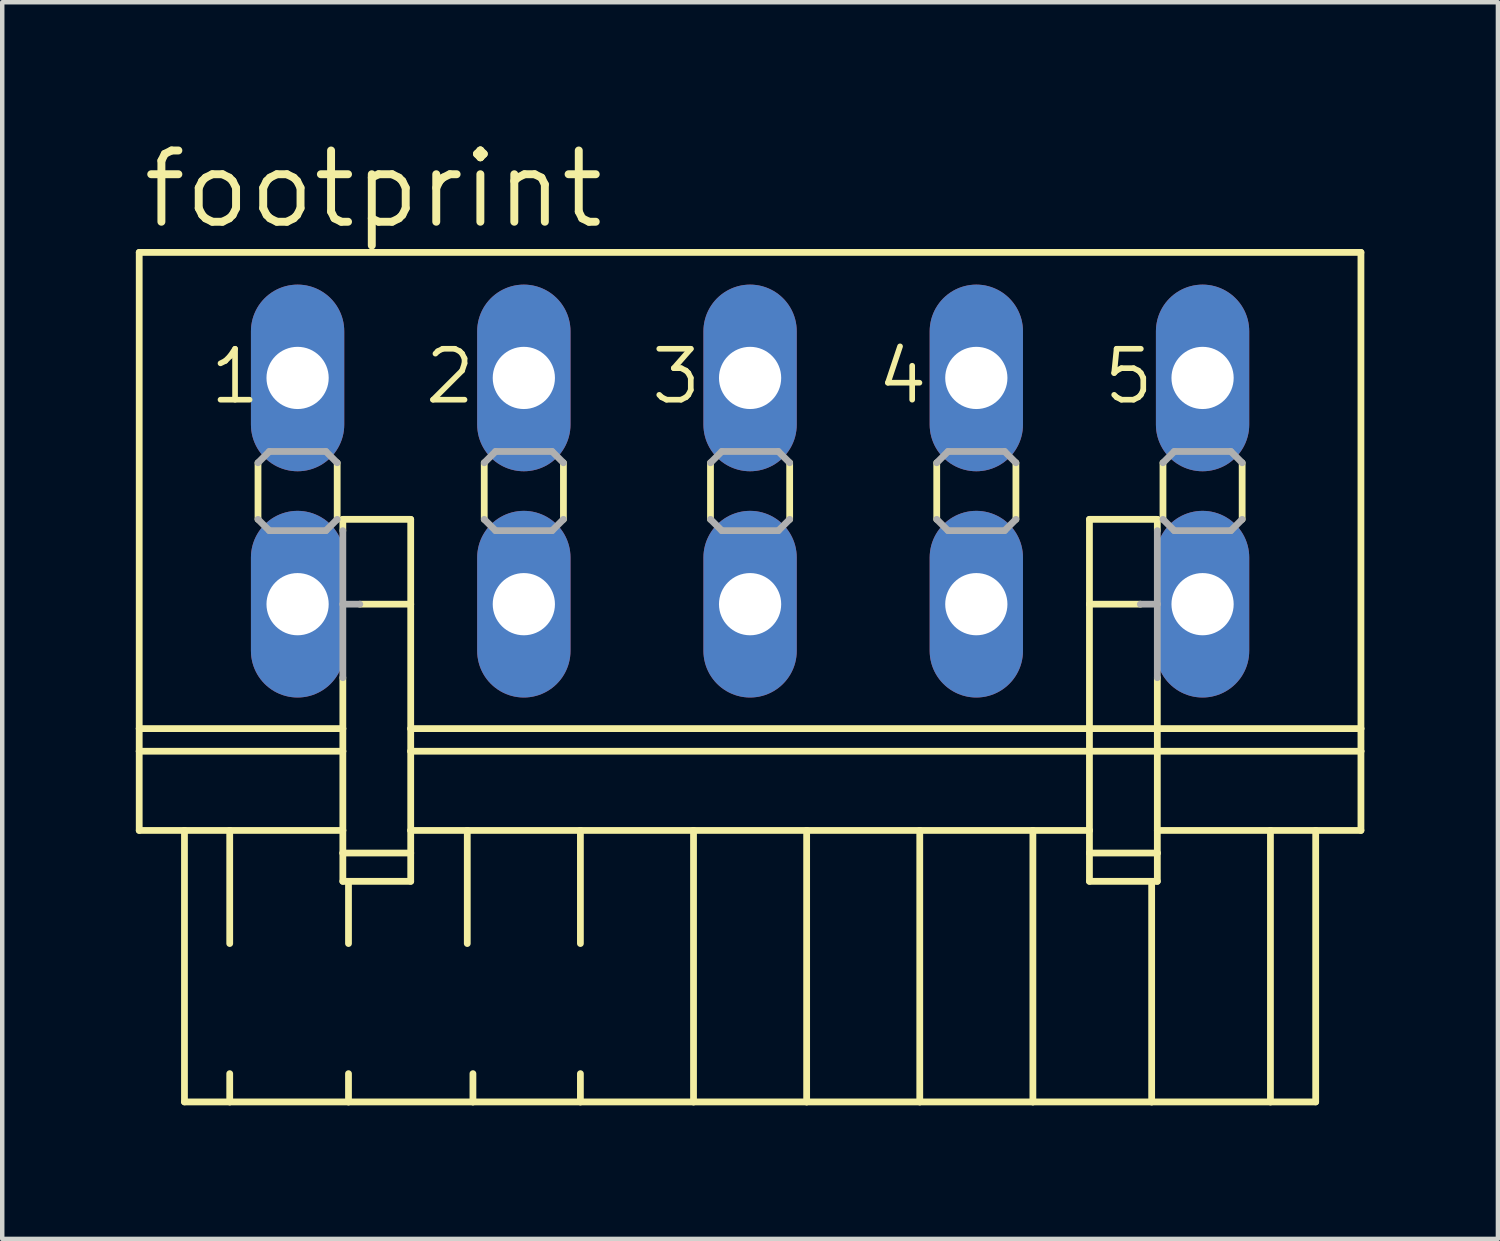
<source format=kicad_pcb>
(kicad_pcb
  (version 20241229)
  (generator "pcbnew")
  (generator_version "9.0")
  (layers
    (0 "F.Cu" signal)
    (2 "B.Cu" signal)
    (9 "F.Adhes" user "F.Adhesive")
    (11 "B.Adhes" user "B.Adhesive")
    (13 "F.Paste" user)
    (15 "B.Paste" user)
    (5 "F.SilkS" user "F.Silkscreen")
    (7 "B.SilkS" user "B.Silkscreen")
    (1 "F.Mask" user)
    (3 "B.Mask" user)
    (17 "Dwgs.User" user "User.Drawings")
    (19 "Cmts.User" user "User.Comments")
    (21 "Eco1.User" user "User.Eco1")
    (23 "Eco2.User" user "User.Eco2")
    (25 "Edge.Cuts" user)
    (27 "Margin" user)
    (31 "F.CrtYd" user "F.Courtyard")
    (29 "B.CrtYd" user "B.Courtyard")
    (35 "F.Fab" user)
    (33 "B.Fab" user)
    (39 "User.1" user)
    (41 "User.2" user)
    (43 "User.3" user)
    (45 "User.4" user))
  (footprint "footprint"
    (layer "F.Cu")
    (at 13.792 7.976)
    (property "Reference" "footprint" (at -13.716 -5.842 0) (layer "F.SilkS") (effects (font (size 1.6 1.6) (thickness 0.178)) (justify left bottom)))
    (fp_line (start -13.716 -5.359) (end -13.716 5.334) (stroke (width 0.152) (type solid)) (layer "F.SilkS"))
    (fp_line (start -13.716 -5.359) (end 13.716 -5.359) (stroke (width 0.152) (type solid)) (layer "F.SilkS"))
    (fp_line (start -13.716 5.334) (end -13.716 5.842) (stroke (width 0.152) (type solid)) (layer "F.SilkS"))
    (fp_line (start -13.716 5.334) (end -9.144 5.334) (stroke (width 0.152) (type solid)) (layer "F.SilkS"))
    (fp_line (start -13.716 5.842) (end -13.716 7.62) (stroke (width 0.152) (type solid)) (layer "F.SilkS"))
    (fp_line (start -13.716 5.842) (end -9.144 5.842) (stroke (width 0.152) (type solid)) (layer "F.SilkS"))
    (fp_line (start -13.716 7.62) (end -12.7 7.62) (stroke (width 0.152) (type solid)) (layer "F.SilkS"))
    (fp_line (start -12.7 7.62) (end -12.7 13.716) (stroke (width 0.152) (type solid)) (layer "F.SilkS"))
    (fp_line (start -12.7 7.62) (end -11.684 7.62) (stroke (width 0.152) (type solid)) (layer "F.SilkS"))
    (fp_line (start -12.7 13.716) (end -11.684 13.716) (stroke (width 0.152) (type solid)) (layer "F.SilkS"))
    (fp_line (start -11.684 7.62) (end -11.684 10.16) (stroke (width 0.152) (type solid)) (layer "F.SilkS"))
    (fp_line (start -11.684 7.62) (end -9.144 7.62) (stroke (width 0.152) (type solid)) (layer "F.SilkS"))
    (fp_line (start -11.684 13.081) (end -11.684 13.716) (stroke (width 0.152) (type solid)) (layer "F.SilkS"))
    (fp_line (start -11.684 13.716) (end -9.017 13.716) (stroke (width 0.152) (type solid)) (layer "F.SilkS"))
    (fp_line (start -11.049 -0.635) (end -11.049 0.635) (stroke (width 0.152) (type solid)) (layer "F.SilkS"))
    (fp_line (start -9.271 -0.635) (end -9.271 0.635) (stroke (width 0.152) (type solid)) (layer "F.SilkS"))
    (fp_line (start -9.144 0.635) (end -9.144 0.889) (stroke (width 0.152) (type solid)) (layer "F.SilkS"))
    (fp_line (start -9.144 0.635) (end -7.62 0.635) (stroke (width 0.152) (type solid)) (layer "F.SilkS"))
    (fp_line (start -9.144 4.191) (end -9.144 5.334) (stroke (width 0.152) (type solid)) (layer "F.SilkS"))
    (fp_line (start -9.144 5.842) (end -9.144 5.334) (stroke (width 0.152) (type solid)) (layer "F.SilkS"))
    (fp_line (start -9.144 7.62) (end -9.144 5.842) (stroke (width 0.152) (type solid)) (layer "F.SilkS"))
    (fp_line (start -9.144 8.128) (end -9.144 7.62) (stroke (width 0.152) (type solid)) (layer "F.SilkS"))
    (fp_line (start -9.144 8.128) (end -7.62 8.128) (stroke (width 0.152) (type solid)) (layer "F.SilkS"))
    (fp_line (start -9.144 8.763) (end -9.144 8.128) (stroke (width 0.152) (type solid)) (layer "F.SilkS"))
    (fp_line (start -9.017 8.763) (end -9.144 8.763) (stroke (width 0.152) (type solid)) (layer "F.SilkS"))
    (fp_line (start -9.017 8.763) (end -9.017 10.16) (stroke (width 0.152) (type solid)) (layer "F.SilkS"))
    (fp_line (start -9.017 13.081) (end -9.017 13.716) (stroke (width 0.152) (type solid)) (layer "F.SilkS"))
    (fp_line (start -9.017 13.716) (end -6.223 13.716) (stroke (width 0.152) (type solid)) (layer "F.SilkS"))
    (fp_line (start -7.62 0.635) (end -7.62 2.54) (stroke (width 0.152) (type solid)) (layer "F.SilkS"))
    (fp_line (start -7.62 2.54) (end -8.763 2.54) (stroke (width 0.152) (type solid)) (layer "F.SilkS"))
    (fp_line (start -7.62 2.54) (end -7.62 5.334) (stroke (width 0.152) (type solid)) (layer "F.SilkS"))
    (fp_line (start -7.62 5.334) (end -7.62 5.842) (stroke (width 0.152) (type solid)) (layer "F.SilkS"))
    (fp_line (start -7.62 5.334) (end 7.62 5.334) (stroke (width 0.152) (type solid)) (layer "F.SilkS"))
    (fp_line (start -7.62 5.842) (end -7.62 7.62) (stroke (width 0.152) (type solid)) (layer "F.SilkS"))
    (fp_line (start -7.62 5.842) (end 7.62 5.842) (stroke (width 0.152) (type solid)) (layer "F.SilkS"))
    (fp_line (start -7.62 7.62) (end -7.62 8.128) (stroke (width 0.152) (type solid)) (layer "F.SilkS"))
    (fp_line (start -7.62 7.62) (end -6.35 7.62) (stroke (width 0.152) (type solid)) (layer "F.SilkS"))
    (fp_line (start -7.62 8.128) (end -7.62 8.763) (stroke (width 0.152) (type solid)) (layer "F.SilkS"))
    (fp_line (start -7.62 8.763) (end -9.017 8.763) (stroke (width 0.152) (type solid)) (layer "F.SilkS"))
    (fp_line (start -6.35 7.62) (end -6.35 10.16) (stroke (width 0.152) (type solid)) (layer "F.SilkS"))
    (fp_line (start -6.35 7.62) (end -3.81 7.62) (stroke (width 0.152) (type solid)) (layer "F.SilkS"))
    (fp_line (start -6.223 13.081) (end -6.223 13.716) (stroke (width 0.152) (type solid)) (layer "F.SilkS"))
    (fp_line (start -6.223 13.716) (end -3.81 13.716) (stroke (width 0.152) (type solid)) (layer "F.SilkS"))
    (fp_line (start -5.969 -0.635) (end -5.969 0.635) (stroke (width 0.152) (type solid)) (layer "F.SilkS"))
    (fp_line (start -4.191 -0.635) (end -4.191 0.635) (stroke (width 0.152) (type solid)) (layer "F.SilkS"))
    (fp_line (start -3.81 7.62) (end -3.81 10.16) (stroke (width 0.152) (type solid)) (layer "F.SilkS"))
    (fp_line (start -3.81 7.62) (end -1.27 7.62) (stroke (width 0.152) (type solid)) (layer "F.SilkS"))
    (fp_line (start -3.81 13.081) (end -3.81 13.716) (stroke (width 0.152) (type solid)) (layer "F.SilkS"))
    (fp_line (start -3.81 13.716) (end -1.27 13.716) (stroke (width 0.152) (type solid)) (layer "F.SilkS"))
    (fp_line (start -1.27 7.62) (end -1.27 13.716) (stroke (width 0.152) (type solid)) (layer "F.SilkS"))
    (fp_line (start -1.27 7.62) (end 1.27 7.62) (stroke (width 0.152) (type solid)) (layer "F.SilkS"))
    (fp_line (start -1.27 13.716) (end 1.27 13.716) (stroke (width 0.152) (type solid)) (layer "F.SilkS"))
    (fp_line (start -0.889 -0.635) (end -0.889 0.635) (stroke (width 0.152) (type solid)) (layer "F.SilkS"))
    (fp_line (start 0.889 -0.635) (end 0.889 0.635) (stroke (width 0.152) (type solid)) (layer "F.SilkS"))
    (fp_line (start 1.27 7.62) (end 1.27 13.716) (stroke (width 0.152) (type solid)) (layer "F.SilkS"))
    (fp_line (start 1.27 7.62) (end 3.81 7.62) (stroke (width 0.152) (type solid)) (layer "F.SilkS"))
    (fp_line (start 1.27 13.716) (end 3.81 13.716) (stroke (width 0.152) (type solid)) (layer "F.SilkS"))
    (fp_line (start 3.81 7.62) (end 3.81 13.716) (stroke (width 0.152) (type solid)) (layer "F.SilkS"))
    (fp_line (start 3.81 7.62) (end 6.35 7.62) (stroke (width 0.152) (type solid)) (layer "F.SilkS"))
    (fp_line (start 3.81 13.716) (end 6.35 13.716) (stroke (width 0.152) (type solid)) (layer "F.SilkS"))
    (fp_line (start 4.191 -0.635) (end 4.191 0.635) (stroke (width 0.152) (type solid)) (layer "F.SilkS"))
    (fp_line (start 5.969 -0.635) (end 5.969 0.635) (stroke (width 0.152) (type solid)) (layer "F.SilkS"))
    (fp_line (start 6.35 7.62) (end 6.35 13.716) (stroke (width 0.152) (type solid)) (layer "F.SilkS"))
    (fp_line (start 6.35 7.62) (end 7.62 7.62) (stroke (width 0.152) (type solid)) (layer "F.SilkS"))
    (fp_line (start 6.35 13.716) (end 9.017 13.716) (stroke (width 0.152) (type solid)) (layer "F.SilkS"))
    (fp_line (start 7.62 0.635) (end 7.62 2.54) (stroke (width 0.152) (type solid)) (layer "F.SilkS"))
    (fp_line (start 7.62 2.54) (end 7.62 5.334) (stroke (width 0.152) (type solid)) (layer "F.SilkS"))
    (fp_line (start 7.62 2.54) (end 8.763 2.54) (stroke (width 0.152) (type solid)) (layer "F.SilkS"))
    (fp_line (start 7.62 5.334) (end 7.62 5.842) (stroke (width 0.152) (type solid)) (layer "F.SilkS"))
    (fp_line (start 7.62 5.334) (end 9.144 5.334) (stroke (width 0.152) (type solid)) (layer "F.SilkS"))
    (fp_line (start 7.62 5.842) (end 7.62 7.62) (stroke (width 0.152) (type solid)) (layer "F.SilkS"))
    (fp_line (start 7.62 5.842) (end 9.144 5.842) (stroke (width 0.152) (type solid)) (layer "F.SilkS"))
    (fp_line (start 7.62 7.62) (end 7.62 8.128) (stroke (width 0.152) (type solid)) (layer "F.SilkS"))
    (fp_line (start 7.62 8.128) (end 7.62 8.763) (stroke (width 0.152) (type solid)) (layer "F.SilkS"))
    (fp_line (start 7.62 8.128) (end 9.144 8.128) (stroke (width 0.152) (type solid)) (layer "F.SilkS"))
    (fp_line (start 9.017 8.763) (end 7.62 8.763) (stroke (width 0.152) (type solid)) (layer "F.SilkS"))
    (fp_line (start 9.017 8.763) (end 9.017 13.716) (stroke (width 0.152) (type solid)) (layer "F.SilkS"))
    (fp_line (start 9.017 13.716) (end 11.684 13.716) (stroke (width 0.152) (type solid)) (layer "F.SilkS"))
    (fp_line (start 9.144 0.635) (end 7.62 0.635) (stroke (width 0.152) (type solid)) (layer "F.SilkS"))
    (fp_line (start 9.144 0.889) (end 9.144 0.635) (stroke (width 0.152) (type solid)) (layer "F.SilkS"))
    (fp_line (start 9.144 4.191) (end 9.144 5.334) (stroke (width 0.152) (type solid)) (layer "F.SilkS"))
    (fp_line (start 9.144 5.334) (end 13.716 5.334) (stroke (width 0.152) (type solid)) (layer "F.SilkS"))
    (fp_line (start 9.144 5.842) (end 9.144 5.334) (stroke (width 0.152) (type solid)) (layer "F.SilkS"))
    (fp_line (start 9.144 5.842) (end 13.716 5.842) (stroke (width 0.152) (type solid)) (layer "F.SilkS"))
    (fp_line (start 9.144 7.62) (end 9.144 5.842) (stroke (width 0.152) (type solid)) (layer "F.SilkS"))
    (fp_line (start 9.144 7.62) (end 11.684 7.62) (stroke (width 0.152) (type solid)) (layer "F.SilkS"))
    (fp_line (start 9.144 8.128) (end 9.144 7.62) (stroke (width 0.152) (type solid)) (layer "F.SilkS"))
    (fp_line (start 9.144 8.763) (end 9.017 8.763) (stroke (width 0.152) (type solid)) (layer "F.SilkS"))
    (fp_line (start 9.144 8.763) (end 9.144 8.128) (stroke (width 0.152) (type solid)) (layer "F.SilkS"))
    (fp_line (start 9.271 -0.635) (end 9.271 0.635) (stroke (width 0.152) (type solid)) (layer "F.SilkS"))
    (fp_line (start 11.049 -0.635) (end 11.049 0.635) (stroke (width 0.152) (type solid)) (layer "F.SilkS"))
    (fp_line (start 11.684 7.62) (end 11.684 13.716) (stroke (width 0.152) (type solid)) (layer "F.SilkS"))
    (fp_line (start 11.684 7.62) (end 12.7 7.62) (stroke (width 0.152) (type solid)) (layer "F.SilkS"))
    (fp_line (start 11.684 13.716) (end 12.7 13.716) (stroke (width 0.152) (type solid)) (layer "F.SilkS"))
    (fp_line (start 12.7 7.62) (end 12.7 13.716) (stroke (width 0.152) (type solid)) (layer "F.SilkS"))
    (fp_line (start 12.7 7.62) (end 13.716 7.62) (stroke (width 0.152) (type solid)) (layer "F.SilkS"))
    (fp_line (start 13.716 -5.359) (end 13.716 5.334) (stroke (width 0.152) (type solid)) (layer "F.SilkS"))
    (fp_line (start 13.716 5.334) (end 13.716 5.842) (stroke (width 0.152) (type solid)) (layer "F.SilkS"))
    (fp_line (start 13.716 5.842) (end 13.716 7.62) (stroke (width 0.152) (type solid)) (layer "F.SilkS"))
    (fp_line (start -11.049 -0.635) (end -10.795 -0.889) (stroke (width 0.152) (type solid)) (layer "F.Fab"))
    (fp_line (start -10.795 -0.889) (end -9.525 -0.889) (stroke (width 0.152) (type solid)) (layer "F.Fab"))
    (fp_line (start -10.795 0.889) (end -11.049 0.635) (stroke (width 0.152) (type solid)) (layer "F.Fab"))
    (fp_line (start -9.525 -0.889) (end -9.271 -0.635) (stroke (width 0.152) (type solid)) (layer "F.Fab"))
    (fp_line (start -9.525 0.889) (end -10.795 0.889) (stroke (width 0.152) (type solid)) (layer "F.Fab"))
    (fp_line (start -9.271 0.635) (end -9.525 0.889) (stroke (width 0.152) (type solid)) (layer "F.Fab"))
    (fp_line (start -9.144 2.54) (end -9.144 0.889) (stroke (width 0.152) (type solid)) (layer "F.Fab"))
    (fp_line (start -9.144 2.54) (end -8.763 2.54) (stroke (width 0.152) (type solid)) (layer "F.Fab"))
    (fp_line (start -9.144 4.191) (end -9.144 2.54) (stroke (width 0.152) (type solid)) (layer "F.Fab"))
    (fp_line (start -5.969 -0.635) (end -5.715 -0.889) (stroke (width 0.152) (type solid)) (layer "F.Fab"))
    (fp_line (start -5.715 -0.889) (end -4.445 -0.889) (stroke (width 0.152) (type solid)) (layer "F.Fab"))
    (fp_line (start -5.715 0.889) (end -5.969 0.635) (stroke (width 0.152) (type solid)) (layer "F.Fab"))
    (fp_line (start -4.445 -0.889) (end -4.191 -0.635) (stroke (width 0.152) (type solid)) (layer "F.Fab"))
    (fp_line (start -4.445 0.889) (end -5.715 0.889) (stroke (width 0.152) (type solid)) (layer "F.Fab"))
    (fp_line (start -4.191 0.635) (end -4.445 0.889) (stroke (width 0.152) (type solid)) (layer "F.Fab"))
    (fp_line (start -0.889 -0.635) (end -0.635 -0.889) (stroke (width 0.152) (type solid)) (layer "F.Fab"))
    (fp_line (start -0.635 -0.889) (end 0.635 -0.889) (stroke (width 0.152) (type solid)) (layer "F.Fab"))
    (fp_line (start -0.635 0.889) (end -0.889 0.635) (stroke (width 0.152) (type solid)) (layer "F.Fab"))
    (fp_line (start 0.635 -0.889) (end 0.889 -0.635) (stroke (width 0.152) (type solid)) (layer "F.Fab"))
    (fp_line (start 0.635 0.889) (end -0.635 0.889) (stroke (width 0.152) (type solid)) (layer "F.Fab"))
    (fp_line (start 0.889 0.635) (end 0.635 0.889) (stroke (width 0.152) (type solid)) (layer "F.Fab"))
    (fp_line (start 4.191 -0.635) (end 4.445 -0.889) (stroke (width 0.152) (type solid)) (layer "F.Fab"))
    (fp_line (start 4.445 -0.889) (end 5.715 -0.889) (stroke (width 0.152) (type solid)) (layer "F.Fab"))
    (fp_line (start 4.445 0.889) (end 4.191 0.635) (stroke (width 0.152) (type solid)) (layer "F.Fab"))
    (fp_line (start 5.715 -0.889) (end 5.969 -0.635) (stroke (width 0.152) (type solid)) (layer "F.Fab"))
    (fp_line (start 5.715 0.889) (end 4.445 0.889) (stroke (width 0.152) (type solid)) (layer "F.Fab"))
    (fp_line (start 5.969 0.635) (end 5.715 0.889) (stroke (width 0.152) (type solid)) (layer "F.Fab"))
    (fp_line (start 8.763 2.54) (end 9.144 2.54) (stroke (width 0.152) (type solid)) (layer "F.Fab"))
    (fp_line (start 9.144 2.54) (end 9.144 0.889) (stroke (width 0.152) (type solid)) (layer "F.Fab"))
    (fp_line (start 9.144 4.191) (end 9.144 2.54) (stroke (width 0.152) (type solid)) (layer "F.Fab"))
    (fp_line (start 9.271 -0.635) (end 9.525 -0.889) (stroke (width 0.152) (type solid)) (layer "F.Fab"))
    (fp_line (start 9.525 -0.889) (end 10.795 -0.889) (stroke (width 0.152) (type solid)) (layer "F.Fab"))
    (fp_line (start 9.525 0.889) (end 9.271 0.635) (stroke (width 0.152) (type solid)) (layer "F.Fab"))
    (fp_line (start 10.795 -0.889) (end 11.049 -0.635) (stroke (width 0.152) (type solid)) (layer "F.Fab"))
    (fp_line (start 10.795 0.889) (end 9.525 0.889) (stroke (width 0.152) (type solid)) (layer "F.Fab"))
    (fp_line (start 11.049 0.635) (end 10.795 0.889) (stroke (width 0.152) (type solid)) (layer "F.Fab"))
    (fp_text user "1" (at -12.192 -1.905 0) (layer "F.SilkS") (effects (font (size 1.143 1.143) (thickness 0.127)) (justify left bottom)))
    (fp_text user "3" (at -2.286 -1.905 0) (layer "F.SilkS") (effects (font (size 1.143 1.143) (thickness 0.127)) (justify left bottom)))
    (fp_text user "4" (at 2.794 -1.905 0) (layer "F.SilkS") (effects (font (size 1.143 1.143) (thickness 0.127)) (justify left bottom)))
    (fp_text user "2" (at -7.366 -1.905 0) (layer "F.SilkS") (effects (font (size 1.143 1.143) (thickness 0.127)) (justify left bottom)))
    (fp_text user "5" (at 7.874 -1.905 0) (layer "F.SilkS") (effects (font (size 1.143 1.143) (thickness 0.127)) (justify left bottom)))
    (pad "1" thru_hole oval (at -10.16 -2.54 90) (size 4.191 2.095) (drill 1.397) (layers "*.Cu" "*.Mask"))
    (pad "1A" thru_hole oval (at -10.16 2.54 90) (size 4.191 2.095) (drill 1.397) (layers "*.Cu" "*.Mask"))
    (pad "2" thru_hole oval (at -5.08 -2.54 90) (size 4.191 2.095) (drill 1.397) (layers "*.Cu" "*.Mask"))
    (pad "2A" thru_hole oval (at -5.08 2.54 90) (size 4.191 2.095) (drill 1.397) (layers "*.Cu" "*.Mask"))
    (pad "3" thru_hole oval (at 0 -2.54 90) (size 4.191 2.095) (drill 1.397) (layers "*.Cu" "*.Mask"))
    (pad "3A" thru_hole oval (at 0 2.54 90) (size 4.191 2.095) (drill 1.397) (layers "*.Cu" "*.Mask"))
    (pad "4" thru_hole oval (at 5.08 -2.54 90) (size 4.191 2.095) (drill 1.397) (layers "*.Cu" "*.Mask"))
    (pad "4A" thru_hole oval (at 5.08 2.54 90) (size 4.191 2.095) (drill 1.397) (layers "*.Cu" "*.Mask"))
    (pad "5" thru_hole oval (at 10.16 -2.54 90) (size 4.191 2.095) (drill 1.397) (layers "*.Cu" "*.Mask"))
    (pad "5A" thru_hole oval (at 10.16 2.54 90) (size 4.191 2.095) (drill 1.397) (layers "*.Cu" "*.Mask")))
  (gr_rect
    (start -3 -3)
    (end 30.584 24.768)
    (stroke (width 0.1) (type default))
    (fill no)
    (layer "Edge.Cuts")))
</source>
